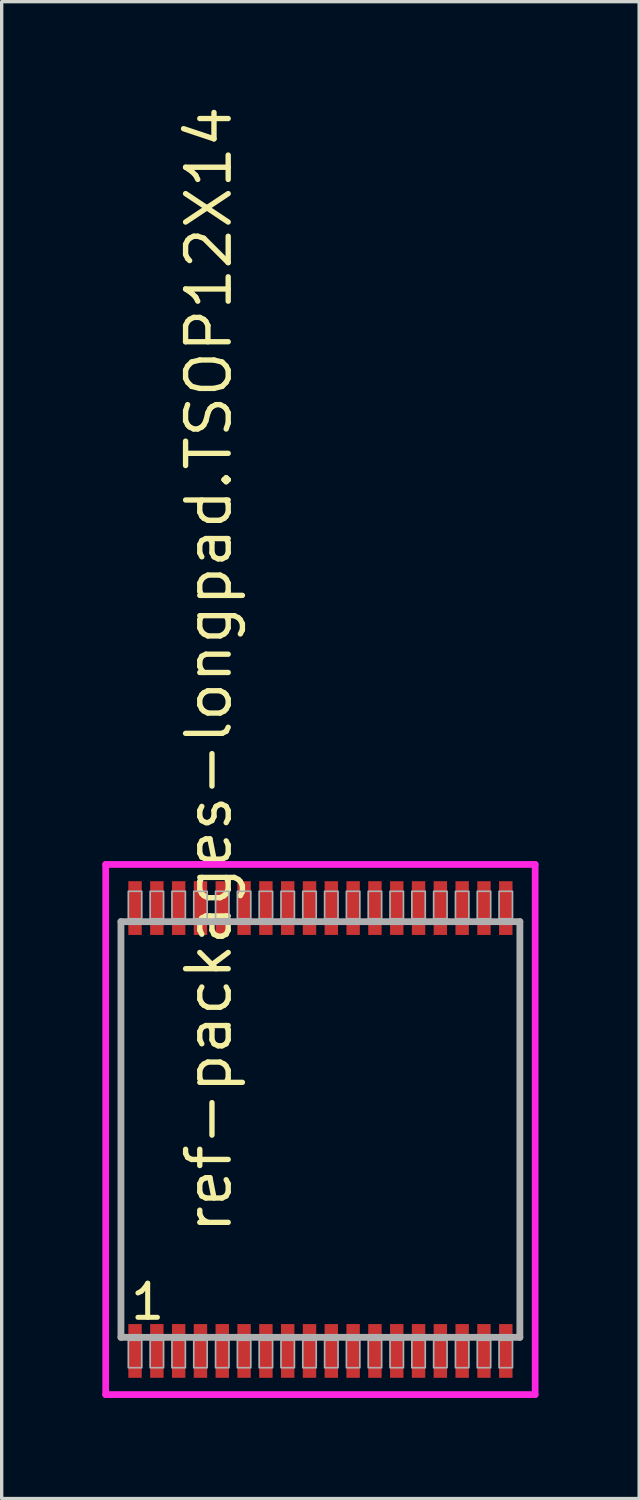
<source format=kicad_pcb>
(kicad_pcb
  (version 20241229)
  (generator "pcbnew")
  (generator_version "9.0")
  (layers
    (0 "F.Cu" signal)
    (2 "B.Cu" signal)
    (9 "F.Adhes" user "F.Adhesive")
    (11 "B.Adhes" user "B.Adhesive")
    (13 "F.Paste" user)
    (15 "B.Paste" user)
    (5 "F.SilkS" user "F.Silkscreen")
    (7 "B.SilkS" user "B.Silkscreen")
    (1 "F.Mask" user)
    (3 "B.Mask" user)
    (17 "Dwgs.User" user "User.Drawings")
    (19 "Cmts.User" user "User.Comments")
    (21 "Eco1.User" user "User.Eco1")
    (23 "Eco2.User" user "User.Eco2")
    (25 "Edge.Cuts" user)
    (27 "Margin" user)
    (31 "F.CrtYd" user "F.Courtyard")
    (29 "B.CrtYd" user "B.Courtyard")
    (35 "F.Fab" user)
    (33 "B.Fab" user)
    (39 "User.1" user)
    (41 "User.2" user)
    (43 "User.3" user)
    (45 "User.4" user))
  (footprint "ref-packages-longpad.TSOP12X14"
    (layer "F.Cu")
    (at 6.5 30.615)
    (property "Reference" "ref-packages-longpad.TSOP12X14" (at -2.585 3.175 90) (layer "F.SilkS") (effects (font (size 1.27 1.27) (thickness 0.16)) (justify left bottom)))
    (attr smd)
    (fp_line (start -6.4 -7.9) (end 6.4 -7.9) (stroke (width 0.2) (type default)) (layer "F.CrtYd"))
    (fp_line (start -6.4 7.9) (end -6.4 -7.9) (stroke (width 0.2) (type default)) (layer "F.CrtYd"))
    (fp_line (start 6.4 -7.9) (end 6.4 7.9) (stroke (width 0.2) (type default)) (layer "F.CrtYd"))
    (fp_line (start 6.4 7.9) (end -6.4 7.9) (stroke (width 0.2) (type default)) (layer "F.CrtYd"))
    (fp_line (start -5.945 -6.195) (end 5.945 -6.195) (stroke (width 0.203) (type default)) (layer "F.Fab"))
    (fp_line (start -5.945 6.195) (end -5.945 -6.195) (stroke (width 0.203) (type default)) (layer "F.Fab"))
    (fp_line (start 5.945 -6.195) (end 5.945 6.195) (stroke (width 0.203) (type default)) (layer "F.Fab"))
    (fp_line (start 5.945 6.195) (end -5.945 6.195) (stroke (width 0.203) (type default)) (layer "F.Fab"))
    (fp_rect (start -5.725 -6.28) (end -5.325 -7.1) (stroke (width 0.05) (type default)) (fill no) (layer "F.Fab"))
    (fp_rect (start -5.725 7.1) (end -5.325 6.28) (stroke (width 0.05) (type default)) (fill no) (layer "F.Fab"))
    (fp_rect (start -5.075 -6.28) (end -4.675 -7.1) (stroke (width 0.05) (type default)) (fill no) (layer "F.Fab"))
    (fp_rect (start -5.075 7.1) (end -4.675 6.28) (stroke (width 0.05) (type default)) (fill no) (layer "F.Fab"))
    (fp_rect (start -4.425 -6.28) (end -4.025 -7.1) (stroke (width 0.05) (type default)) (fill no) (layer "F.Fab"))
    (fp_rect (start -4.425 7.1) (end -4.025 6.28) (stroke (width 0.05) (type default)) (fill no) (layer "F.Fab"))
    (fp_rect (start -3.775 -6.28) (end -3.375 -7.1) (stroke (width 0.05) (type default)) (fill no) (layer "F.Fab"))
    (fp_rect (start -3.775 7.1) (end -3.375 6.28) (stroke (width 0.05) (type default)) (fill no) (layer "F.Fab"))
    (fp_rect (start -3.125 -6.28) (end -2.725 -7.1) (stroke (width 0.05) (type default)) (fill no) (layer "F.Fab"))
    (fp_rect (start -3.125 7.1) (end -2.725 6.28) (stroke (width 0.05) (type default)) (fill no) (layer "F.Fab"))
    (fp_rect (start -2.475 -6.28) (end -2.075 -7.1) (stroke (width 0.05) (type default)) (fill no) (layer "F.Fab"))
    (fp_rect (start -2.475 7.1) (end -2.075 6.28) (stroke (width 0.05) (type default)) (fill no) (layer "F.Fab"))
    (fp_rect (start -1.825 -6.28) (end -1.425 -7.1) (stroke (width 0.05) (type default)) (fill no) (layer "F.Fab"))
    (fp_rect (start -1.825 7.1) (end -1.425 6.28) (stroke (width 0.05) (type default)) (fill no) (layer "F.Fab"))
    (fp_rect (start -1.175 -6.28) (end -0.775 -7.1) (stroke (width 0.05) (type default)) (fill no) (layer "F.Fab"))
    (fp_rect (start -1.175 7.1) (end -0.775 6.28) (stroke (width 0.05) (type default)) (fill no) (layer "F.Fab"))
    (fp_rect (start -0.525 -6.28) (end -0.125 -7.1) (stroke (width 0.05) (type default)) (fill no) (layer "F.Fab"))
    (fp_rect (start -0.525 7.1) (end -0.125 6.28) (stroke (width 0.05) (type default)) (fill no) (layer "F.Fab"))
    (fp_rect (start 0.125 -6.28) (end 0.525 -7.1) (stroke (width 0.05) (type default)) (fill no) (layer "F.Fab"))
    (fp_rect (start 0.125 7.1) (end 0.525 6.28) (stroke (width 0.05) (type default)) (fill no) (layer "F.Fab"))
    (fp_rect (start 0.775 -6.28) (end 1.175 -7.1) (stroke (width 0.05) (type default)) (fill no) (layer "F.Fab"))
    (fp_rect (start 0.775 7.1) (end 1.175 6.28) (stroke (width 0.05) (type default)) (fill no) (layer "F.Fab"))
    (fp_rect (start 1.425 -6.28) (end 1.825 -7.1) (stroke (width 0.05) (type default)) (fill no) (layer "F.Fab"))
    (fp_rect (start 1.425 7.1) (end 1.825 6.28) (stroke (width 0.05) (type default)) (fill no) (layer "F.Fab"))
    (fp_rect (start 2.075 -6.28) (end 2.475 -7.1) (stroke (width 0.05) (type default)) (fill no) (layer "F.Fab"))
    (fp_rect (start 2.075 7.1) (end 2.475 6.28) (stroke (width 0.05) (type default)) (fill no) (layer "F.Fab"))
    (fp_rect (start 2.725 -6.28) (end 3.125 -7.1) (stroke (width 0.05) (type default)) (fill no) (layer "F.Fab"))
    (fp_rect (start 2.725 7.1) (end 3.125 6.28) (stroke (width 0.05) (type default)) (fill no) (layer "F.Fab"))
    (fp_rect (start 3.375 -6.28) (end 3.775 -7.1) (stroke (width 0.05) (type default)) (fill no) (layer "F.Fab"))
    (fp_rect (start 3.375 7.1) (end 3.775 6.28) (stroke (width 0.05) (type default)) (fill no) (layer "F.Fab"))
    (fp_rect (start 4.025 -6.28) (end 4.425 -7.1) (stroke (width 0.05) (type default)) (fill no) (layer "F.Fab"))
    (fp_rect (start 4.025 7.1) (end 4.425 6.28) (stroke (width 0.05) (type default)) (fill no) (layer "F.Fab"))
    (fp_rect (start 4.675 -6.28) (end 5.075 -7.1) (stroke (width 0.05) (type default)) (fill no) (layer "F.Fab"))
    (fp_rect (start 4.675 7.1) (end 5.075 6.28) (stroke (width 0.05) (type default)) (fill no) (layer "F.Fab"))
    (fp_rect (start 5.325 -6.28) (end 5.725 -7.1) (stroke (width 0.05) (type default)) (fill no) (layer "F.Fab"))
    (fp_rect (start 5.325 7.1) (end 5.725 6.28) (stroke (width 0.05) (type default)) (fill no) (layer "F.Fab"))
    (fp_text user "1" (at -5.731 5.73 0) (layer "F.SilkS") (effects (font (size 1.016 1.016) (thickness 0.15)) (justify left bottom)))
    (pad "1" smd roundrect (at -5.525 6.6) (size 0.4 1.6) (layers "F.Cu" "F.Mask" "F.Paste") (roundrect_rratio 0.01))
    (pad "2" smd roundrect (at -4.875 6.6) (size 0.4 1.6) (layers "F.Cu" "F.Mask" "F.Paste") (roundrect_rratio 0.01))
    (pad "3" smd roundrect (at -4.225 6.6) (size 0.4 1.6) (layers "F.Cu" "F.Mask" "F.Paste") (roundrect_rratio 0.01))
    (pad "4" smd roundrect (at -3.575 6.6) (size 0.4 1.6) (layers "F.Cu" "F.Mask" "F.Paste") (roundrect_rratio 0.01))
    (pad "5" smd roundrect (at -2.925 6.6) (size 0.4 1.6) (layers "F.Cu" "F.Mask" "F.Paste") (roundrect_rratio 0.01))
    (pad "6" smd roundrect (at -2.275 6.6) (size 0.4 1.6) (layers "F.Cu" "F.Mask" "F.Paste") (roundrect_rratio 0.01))
    (pad "7" smd roundrect (at -1.625 6.6) (size 0.4 1.6) (layers "F.Cu" "F.Mask" "F.Paste") (roundrect_rratio 0.01))
    (pad "8" smd roundrect (at -0.975 6.6) (size 0.4 1.6) (layers "F.Cu" "F.Mask" "F.Paste") (roundrect_rratio 0.01))
    (pad "9" smd roundrect (at -0.325 6.6) (size 0.4 1.6) (layers "F.Cu" "F.Mask" "F.Paste") (roundrect_rratio 0.01))
    (pad "10" smd roundrect (at 0.325 6.6) (size 0.4 1.6) (layers "F.Cu" "F.Mask" "F.Paste") (roundrect_rratio 0.01))
    (pad "11" smd roundrect (at 0.975 6.6) (size 0.4 1.6) (layers "F.Cu" "F.Mask" "F.Paste") (roundrect_rratio 0.01))
    (pad "12" smd roundrect (at 1.625 6.6) (size 0.4 1.6) (layers "F.Cu" "F.Mask" "F.Paste") (roundrect_rratio 0.01))
    (pad "13" smd roundrect (at 2.275 6.6) (size 0.4 1.6) (layers "F.Cu" "F.Mask" "F.Paste") (roundrect_rratio 0.01))
    (pad "14" smd roundrect (at 2.925 6.6) (size 0.4 1.6) (layers "F.Cu" "F.Mask" "F.Paste") (roundrect_rratio 0.01))
    (pad "15" smd roundrect (at 3.575 6.6) (size 0.4 1.6) (layers "F.Cu" "F.Mask" "F.Paste") (roundrect_rratio 0.01))
    (pad "16" smd roundrect (at 4.225 6.6) (size 0.4 1.6) (layers "F.Cu" "F.Mask" "F.Paste") (roundrect_rratio 0.01))
    (pad "17" smd roundrect (at 4.875 6.6) (size 0.4 1.6) (layers "F.Cu" "F.Mask" "F.Paste") (roundrect_rratio 0.01))
    (pad "18" smd roundrect (at 5.525 6.6) (size 0.4 1.6) (layers "F.Cu" "F.Mask" "F.Paste") (roundrect_rratio 0.01))
    (pad "19" smd roundrect (at 5.525 -6.6) (size 0.4 1.6) (layers "F.Cu" "F.Mask" "F.Paste") (roundrect_rratio 0.01))
    (pad "20" smd roundrect (at 4.875 -6.6) (size 0.4 1.6) (layers "F.Cu" "F.Mask" "F.Paste") (roundrect_rratio 0.01))
    (pad "21" smd roundrect (at 4.225 -6.6) (size 0.4 1.6) (layers "F.Cu" "F.Mask" "F.Paste") (roundrect_rratio 0.01))
    (pad "22" smd roundrect (at 3.575 -6.6) (size 0.4 1.6) (layers "F.Cu" "F.Mask" "F.Paste") (roundrect_rratio 0.01))
    (pad "23" smd roundrect (at 2.925 -6.6) (size 0.4 1.6) (layers "F.Cu" "F.Mask" "F.Paste") (roundrect_rratio 0.01))
    (pad "24" smd roundrect (at 2.275 -6.6) (size 0.4 1.6) (layers "F.Cu" "F.Mask" "F.Paste") (roundrect_rratio 0.01))
    (pad "25" smd roundrect (at 1.625 -6.6) (size 0.4 1.6) (layers "F.Cu" "F.Mask" "F.Paste") (roundrect_rratio 0.01))
    (pad "26" smd roundrect (at 0.975 -6.6) (size 0.4 1.6) (layers "F.Cu" "F.Mask" "F.Paste") (roundrect_rratio 0.01))
    (pad "27" smd roundrect (at 0.325 -6.6) (size 0.4 1.6) (layers "F.Cu" "F.Mask" "F.Paste") (roundrect_rratio 0.01))
    (pad "28" smd roundrect (at -0.325 -6.6) (size 0.4 1.6) (layers "F.Cu" "F.Mask" "F.Paste") (roundrect_rratio 0.01))
    (pad "29" smd roundrect (at -0.975 -6.6) (size 0.4 1.6) (layers "F.Cu" "F.Mask" "F.Paste") (roundrect_rratio 0.01))
    (pad "30" smd roundrect (at -1.625 -6.6) (size 0.4 1.6) (layers "F.Cu" "F.Mask" "F.Paste") (roundrect_rratio 0.01))
    (pad "31" smd roundrect (at -2.275 -6.6) (size 0.4 1.6) (layers "F.Cu" "F.Mask" "F.Paste") (roundrect_rratio 0.01))
    (pad "32" smd roundrect (at -2.925 -6.6) (size 0.4 1.6) (layers "F.Cu" "F.Mask" "F.Paste") (roundrect_rratio 0.01))
    (pad "33" smd roundrect (at -3.575 -6.6) (size 0.4 1.6) (layers "F.Cu" "F.Mask" "F.Paste") (roundrect_rratio 0.01))
    (pad "34" smd roundrect (at -4.225 -6.6) (size 0.4 1.6) (layers "F.Cu" "F.Mask" "F.Paste") (roundrect_rratio 0.01))
    (pad "35" smd roundrect (at -4.875 -6.6) (size 0.4 1.6) (layers "F.Cu" "F.Mask" "F.Paste") (roundrect_rratio 0.01))
    (pad "36" smd roundrect (at -5.525 -6.6) (size 0.4 1.6) (layers "F.Cu" "F.Mask" "F.Paste") (roundrect_rratio 0.01)))
  (gr_rect
    (start -3 -3)
    (end 16 41.615)
    (stroke (width 0.1) (type default))
    (fill no)
    (layer "Edge.Cuts")))
</source>
